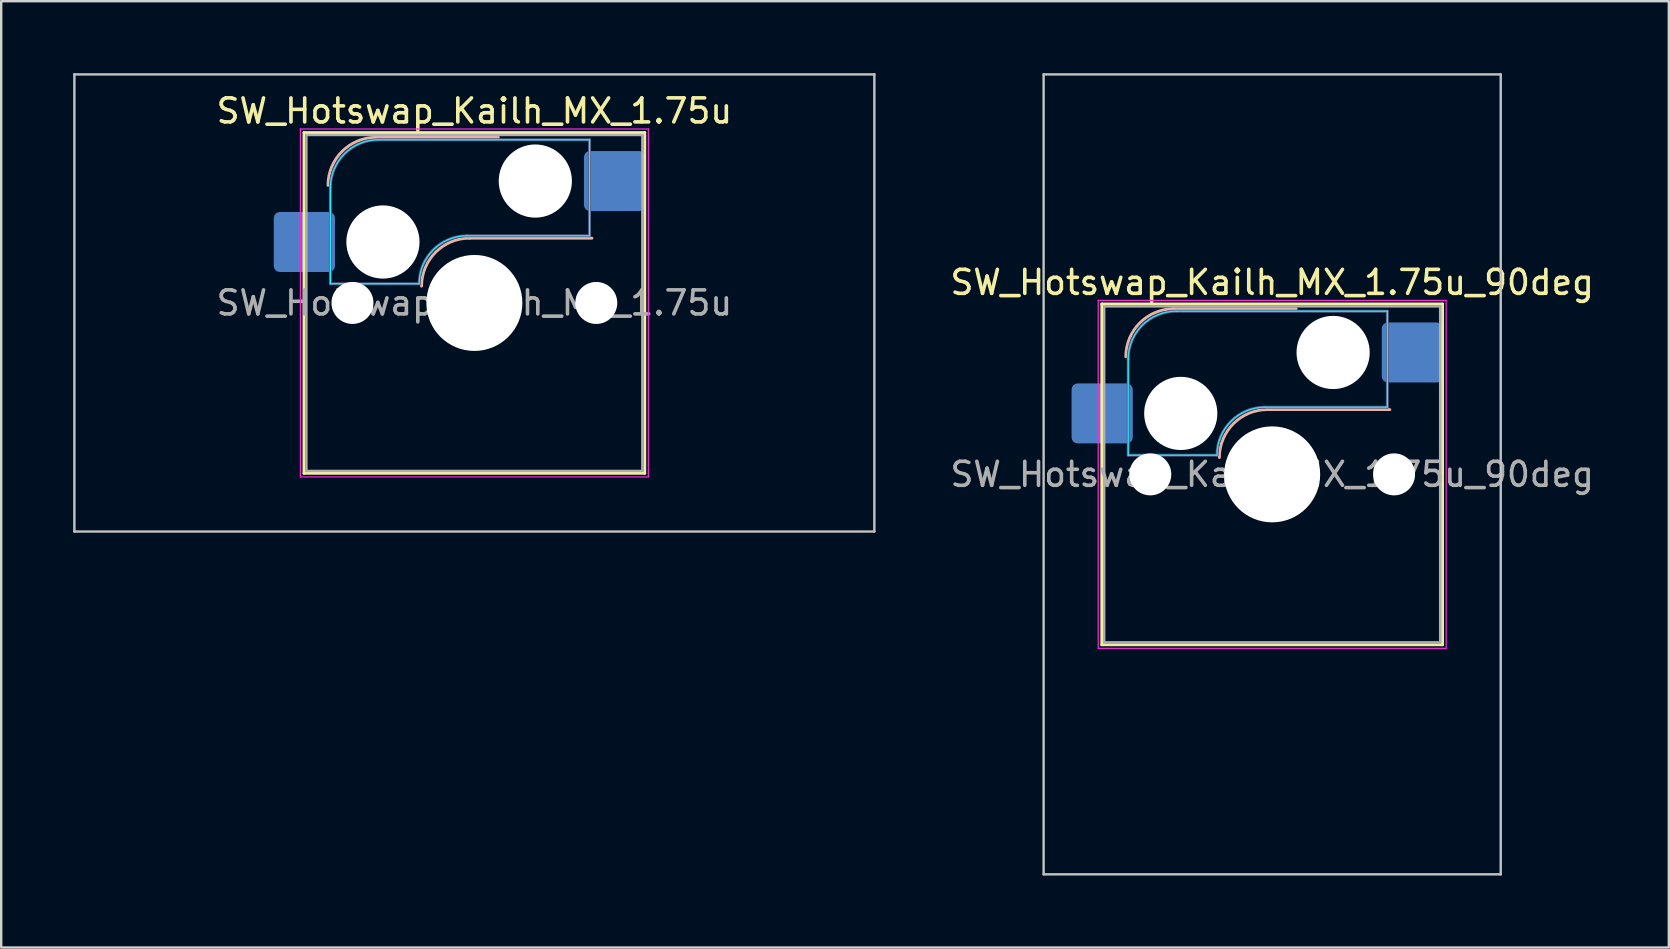
<source format=kicad_pcb>
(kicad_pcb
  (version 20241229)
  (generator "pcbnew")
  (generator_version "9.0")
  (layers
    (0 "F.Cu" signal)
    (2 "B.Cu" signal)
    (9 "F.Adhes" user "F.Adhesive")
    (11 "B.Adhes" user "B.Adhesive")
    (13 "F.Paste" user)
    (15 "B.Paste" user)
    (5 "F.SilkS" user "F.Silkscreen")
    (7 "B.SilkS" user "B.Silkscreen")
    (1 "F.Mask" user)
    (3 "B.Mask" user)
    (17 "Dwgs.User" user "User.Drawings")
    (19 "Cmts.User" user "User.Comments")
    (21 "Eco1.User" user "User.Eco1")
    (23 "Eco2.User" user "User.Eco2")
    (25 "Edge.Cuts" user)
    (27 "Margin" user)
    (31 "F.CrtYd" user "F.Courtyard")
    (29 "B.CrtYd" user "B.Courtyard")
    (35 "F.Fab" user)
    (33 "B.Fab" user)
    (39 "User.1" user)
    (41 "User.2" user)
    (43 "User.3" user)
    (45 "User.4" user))
  (footprint "SW_Hotswap_Kailh_MX_1.75u_90deg"
    (layer "F.Cu")
    (at 49.967 16.719)
    (property "Reference" "SW_Hotswap_Kailh_MX_1.75u_90deg" (at 0 -8 0) (layer "F.SilkS") (effects (font (size 1 1) (thickness 0.15))))
    (attr smd)
    (fp_line (start -7.1 -7.1) (end -7.1 7.1) (stroke (width 0.12) (type solid)) (layer "F.SilkS"))
    (fp_line (start -7.1 7.1) (end 7.1 7.1) (stroke (width 0.12) (type solid)) (layer "F.SilkS"))
    (fp_line (start 7.1 -7.1) (end -7.1 -7.1) (stroke (width 0.12) (type solid)) (layer "F.SilkS"))
    (fp_line (start 7.1 7.1) (end 7.1 -7.1) (stroke (width 0.12) (type solid)) (layer "F.SilkS"))
    (fp_line (start -4.1 -6.9) (end 1 -6.9) (stroke (width 0.12) (type solid)) (layer "B.SilkS"))
    (fp_line (start -0.2 -2.7) (end 4.9 -2.7) (stroke (width 0.12) (type solid)) (layer "B.SilkS"))
    (fp_arc (start -6.1 -4.9) (mid -5.514214 -6.314214) (end -4.1 -6.9) (stroke (width 0.12) (type solid)) (layer "B.SilkS"))
    (fp_arc (start -2.2 -0.7) (mid -1.614214 -2.114214) (end -0.2 -2.7) (stroke (width 0.12) (type solid)) (layer "B.SilkS"))
    (fp_line (start -9.525 -16.669) (end 9.525 -16.669) (stroke (width 0.1) (type solid)) (layer "Dwgs.User"))
    (fp_line (start -9.525 16.669) (end -9.525 -16.669) (stroke (width 0.1) (type solid)) (layer "Dwgs.User"))
    (fp_line (start 9.525 -16.669) (end 9.525 16.669) (stroke (width 0.1) (type solid)) (layer "Dwgs.User"))
    (fp_line (start 9.525 16.669) (end -9.525 16.669) (stroke (width 0.1) (type solid)) (layer "Dwgs.User"))
    (fp_line (start -7.8 -6) (end -7 -6) (stroke (width 0.1) (type solid)) (layer "Eco1.User"))
    (fp_line (start -7.8 -2.9) (end -7.8 -6) (stroke (width 0.1) (type solid)) (layer "Eco1.User"))
    (fp_line (start -7.8 2.9) (end -7 2.9) (stroke (width 0.1) (type solid)) (layer "Eco1.User"))
    (fp_line (start -7.8 6) (end -7.8 2.9) (stroke (width 0.1) (type solid)) (layer "Eco1.User"))
    (fp_line (start -7 -7) (end 7 -7) (stroke (width 0.1) (type solid)) (layer "Eco1.User"))
    (fp_line (start -7 -6) (end -7 -7) (stroke (width 0.1) (type solid)) (layer "Eco1.User"))
    (fp_line (start -7 -2.9) (end -7.8 -2.9) (stroke (width 0.1) (type solid)) (layer "Eco1.User"))
    (fp_line (start -7 2.9) (end -7 -2.9) (stroke (width 0.1) (type solid)) (layer "Eco1.User"))
    (fp_line (start -7 6) (end -7.8 6) (stroke (width 0.1) (type solid)) (layer "Eco1.User"))
    (fp_line (start -7 7) (end -7 6) (stroke (width 0.1) (type solid)) (layer "Eco1.User"))
    (fp_line (start 7 -7) (end 7 -6) (stroke (width 0.1) (type solid)) (layer "Eco1.User"))
    (fp_line (start 7 -6) (end 7.8 -6) (stroke (width 0.1) (type solid)) (layer "Eco1.User"))
    (fp_line (start 7 -2.9) (end 7 2.9) (stroke (width 0.1) (type solid)) (layer "Eco1.User"))
    (fp_line (start 7 2.9) (end 7.8 2.9) (stroke (width 0.1) (type solid)) (layer "Eco1.User"))
    (fp_line (start 7 6) (end 7 7) (stroke (width 0.1) (type solid)) (layer "Eco1.User"))
    (fp_line (start 7 7) (end -7 7) (stroke (width 0.1) (type solid)) (layer "Eco1.User"))
    (fp_line (start 7.8 -6) (end 7.8 -2.9) (stroke (width 0.1) (type solid)) (layer "Eco1.User"))
    (fp_line (start 7.8 -2.9) (end 7 -2.9) (stroke (width 0.1) (type solid)) (layer "Eco1.User"))
    (fp_line (start 7.8 2.9) (end 7.8 6) (stroke (width 0.1) (type solid)) (layer "Eco1.User"))
    (fp_line (start 7.8 6) (end 7 6) (stroke (width 0.1) (type solid)) (layer "Eco1.User"))
    (fp_line (start -6 -0.8) (end -6 -4.8) (stroke (width 0.05) (type solid)) (layer "B.CrtYd"))
    (fp_line (start -6 -0.8) (end -2.3 -0.8) (stroke (width 0.05) (type solid)) (layer "B.CrtYd"))
    (fp_line (start -4 -6.8) (end 4.8 -6.8) (stroke (width 0.05) (type solid)) (layer "B.CrtYd"))
    (fp_line (start -0.3 -2.8) (end 4.8 -2.8) (stroke (width 0.05) (type solid)) (layer "B.CrtYd"))
    (fp_line (start 4.8 -6.8) (end 4.8 -2.8) (stroke (width 0.05) (type solid)) (layer "B.CrtYd"))
    (fp_arc (start -6 -4.8) (mid -5.414214 -6.214214) (end -4 -6.8) (stroke (width 0.05) (type solid)) (layer "B.CrtYd"))
    (fp_arc (start -2.3 -0.8) (mid -1.714214 -2.214214) (end -0.3 -2.8) (stroke (width 0.05) (type solid)) (layer "B.CrtYd"))
    (fp_line (start -7.25 -7.25) (end -7.25 7.25) (stroke (width 0.05) (type solid)) (layer "F.CrtYd"))
    (fp_line (start -7.25 7.25) (end 7.25 7.25) (stroke (width 0.05) (type solid)) (layer "F.CrtYd"))
    (fp_line (start 7.25 -7.25) (end -7.25 -7.25) (stroke (width 0.05) (type solid)) (layer "F.CrtYd"))
    (fp_line (start 7.25 7.25) (end 7.25 -7.25) (stroke (width 0.05) (type solid)) (layer "F.CrtYd"))
    (fp_line (start -6 -0.8) (end -6 -4.8) (stroke (width 0.12) (type solid)) (layer "B.Fab"))
    (fp_line (start -6 -0.8) (end -2.3 -0.8) (stroke (width 0.12) (type solid)) (layer "B.Fab"))
    (fp_line (start -4 -6.8) (end 4.8 -6.8) (stroke (width 0.12) (type solid)) (layer "B.Fab"))
    (fp_line (start -0.3 -2.8) (end 4.8 -2.8) (stroke (width 0.12) (type solid)) (layer "B.Fab"))
    (fp_line (start 4.8 -6.8) (end 4.8 -2.8) (stroke (width 0.12) (type solid)) (layer "B.Fab"))
    (fp_arc (start -6 -4.8) (mid -5.414214 -6.214214) (end -4 -6.8) (stroke (width 0.12) (type solid)) (layer "B.Fab"))
    (fp_arc (start -2.3 -0.8) (mid -1.714214 -2.214214) (end -0.3 -2.8) (stroke (width 0.12) (type solid)) (layer "B.Fab"))
    (fp_line (start -7 -7) (end -7 7) (stroke (width 0.1) (type solid)) (layer "F.Fab"))
    (fp_line (start -7 7) (end 7 7) (stroke (width 0.1) (type solid)) (layer "F.Fab"))
    (fp_line (start 7 -7) (end -7 -7) (stroke (width 0.1) (type solid)) (layer "F.Fab"))
    (fp_line (start 7 7) (end 7 -7) (stroke (width 0.1) (type solid)) (layer "F.Fab"))
    (fp_text user "${REFERENCE}" (at 0 0 0) (layer "F.Fab") (effects (font (size 1 1) (thickness 0.15))))
    (pad "" np_thru_hole circle (at -5.08 0) (size 1.75 1.75) (drill 1.75) (layers "*.Cu" "*.Mask"))
    (pad "" np_thru_hole circle (at -3.81 -2.54) (size 3.05 3.05) (drill 3.05) (layers "*.Cu" "*.Mask"))
    (pad "" np_thru_hole circle (at 0 0) (size 4 4) (drill 4) (layers "*.Cu" "*.Mask"))
    (pad "" np_thru_hole circle (at 2.54 -5.08) (size 3.05 3.05) (drill 3.05) (layers "*.Cu" "*.Mask"))
    (pad "" np_thru_hole circle (at 5.08 0) (size 1.75 1.75) (drill 1.75) (layers "*.Cu" "*.Mask"))
    (pad "1" smd roundrect (at -7.085 -2.54) (size 2.55 2.5) (layers "B.Cu" "B.Mask" "B.Paste") (roundrect_rratio 0.1))
    (pad "2" smd roundrect (at 5.842 -5.08) (size 2.55 2.5) (layers "B.Cu" "B.Mask" "B.Paste") (roundrect_rratio 0.1)))
  (footprint "SW_Hotswap_Kailh_MX_1.75u"
    (layer "F.Cu")
    (at 16.719 9.575)
    (property "Reference" "SW_Hotswap_Kailh_MX_1.75u" (at 0 -8 0) (layer "F.SilkS") (effects (font (size 1 1) (thickness 0.15))))
    (attr smd)
    (fp_line (start -7.1 -7.1) (end -7.1 7.1) (stroke (width 0.12) (type solid)) (layer "F.SilkS"))
    (fp_line (start -7.1 7.1) (end 7.1 7.1) (stroke (width 0.12) (type solid)) (layer "F.SilkS"))
    (fp_line (start 7.1 -7.1) (end -7.1 -7.1) (stroke (width 0.12) (type solid)) (layer "F.SilkS"))
    (fp_line (start 7.1 7.1) (end 7.1 -7.1) (stroke (width 0.12) (type solid)) (layer "F.SilkS"))
    (fp_line (start -4.1 -6.9) (end 1 -6.9) (stroke (width 0.12) (type solid)) (layer "B.SilkS"))
    (fp_line (start -0.2 -2.7) (end 4.9 -2.7) (stroke (width 0.12) (type solid)) (layer "B.SilkS"))
    (fp_arc (start -6.1 -4.9) (mid -5.514214 -6.314214) (end -4.1 -6.9) (stroke (width 0.12) (type solid)) (layer "B.SilkS"))
    (fp_arc (start -2.2 -0.7) (mid -1.614214 -2.114214) (end -0.2 -2.7) (stroke (width 0.12) (type solid)) (layer "B.SilkS"))
    (fp_line (start -16.669 -9.525) (end -16.669 9.525) (stroke (width 0.1) (type solid)) (layer "Dwgs.User"))
    (fp_line (start -16.669 9.525) (end 16.669 9.525) (stroke (width 0.1) (type solid)) (layer "Dwgs.User"))
    (fp_line (start 16.669 -9.525) (end -16.669 -9.525) (stroke (width 0.1) (type solid)) (layer "Dwgs.User"))
    (fp_line (start 16.669 9.525) (end 16.669 -9.525) (stroke (width 0.1) (type solid)) (layer "Dwgs.User"))
    (fp_line (start -7.8 -6) (end -7 -6) (stroke (width 0.1) (type solid)) (layer "Eco1.User"))
    (fp_line (start -7.8 -2.9) (end -7.8 -6) (stroke (width 0.1) (type solid)) (layer "Eco1.User"))
    (fp_line (start -7.8 2.9) (end -7 2.9) (stroke (width 0.1) (type solid)) (layer "Eco1.User"))
    (fp_line (start -7.8 6) (end -7.8 2.9) (stroke (width 0.1) (type solid)) (layer "Eco1.User"))
    (fp_line (start -7 -7) (end 7 -7) (stroke (width 0.1) (type solid)) (layer "Eco1.User"))
    (fp_line (start -7 -6) (end -7 -7) (stroke (width 0.1) (type solid)) (layer "Eco1.User"))
    (fp_line (start -7 -2.9) (end -7.8 -2.9) (stroke (width 0.1) (type solid)) (layer "Eco1.User"))
    (fp_line (start -7 2.9) (end -7 -2.9) (stroke (width 0.1) (type solid)) (layer "Eco1.User"))
    (fp_line (start -7 6) (end -7.8 6) (stroke (width 0.1) (type solid)) (layer "Eco1.User"))
    (fp_line (start -7 7) (end -7 6) (stroke (width 0.1) (type solid)) (layer "Eco1.User"))
    (fp_line (start 7 -7) (end 7 -6) (stroke (width 0.1) (type solid)) (layer "Eco1.User"))
    (fp_line (start 7 -6) (end 7.8 -6) (stroke (width 0.1) (type solid)) (layer "Eco1.User"))
    (fp_line (start 7 -2.9) (end 7 2.9) (stroke (width 0.1) (type solid)) (layer "Eco1.User"))
    (fp_line (start 7 2.9) (end 7.8 2.9) (stroke (width 0.1) (type solid)) (layer "Eco1.User"))
    (fp_line (start 7 6) (end 7 7) (stroke (width 0.1) (type solid)) (layer "Eco1.User"))
    (fp_line (start 7 7) (end -7 7) (stroke (width 0.1) (type solid)) (layer "Eco1.User"))
    (fp_line (start 7.8 -6) (end 7.8 -2.9) (stroke (width 0.1) (type solid)) (layer "Eco1.User"))
    (fp_line (start 7.8 -2.9) (end 7 -2.9) (stroke (width 0.1) (type solid)) (layer "Eco1.User"))
    (fp_line (start 7.8 2.9) (end 7.8 6) (stroke (width 0.1) (type solid)) (layer "Eco1.User"))
    (fp_line (start 7.8 6) (end 7 6) (stroke (width 0.1) (type solid)) (layer "Eco1.User"))
    (fp_line (start -6 -0.8) (end -6 -4.8) (stroke (width 0.05) (type solid)) (layer "B.CrtYd"))
    (fp_line (start -6 -0.8) (end -2.3 -0.8) (stroke (width 0.05) (type solid)) (layer "B.CrtYd"))
    (fp_line (start -4 -6.8) (end 4.8 -6.8) (stroke (width 0.05) (type solid)) (layer "B.CrtYd"))
    (fp_line (start -0.3 -2.8) (end 4.8 -2.8) (stroke (width 0.05) (type solid)) (layer "B.CrtYd"))
    (fp_line (start 4.8 -6.8) (end 4.8 -2.8) (stroke (width 0.05) (type solid)) (layer "B.CrtYd"))
    (fp_arc (start -6 -4.8) (mid -5.414214 -6.214214) (end -4 -6.8) (stroke (width 0.05) (type solid)) (layer "B.CrtYd"))
    (fp_arc (start -2.3 -0.8) (mid -1.714214 -2.214214) (end -0.3 -2.8) (stroke (width 0.05) (type solid)) (layer "B.CrtYd"))
    (fp_line (start -7.25 -7.25) (end -7.25 7.25) (stroke (width 0.05) (type solid)) (layer "F.CrtYd"))
    (fp_line (start -7.25 7.25) (end 7.25 7.25) (stroke (width 0.05) (type solid)) (layer "F.CrtYd"))
    (fp_line (start 7.25 -7.25) (end -7.25 -7.25) (stroke (width 0.05) (type solid)) (layer "F.CrtYd"))
    (fp_line (start 7.25 7.25) (end 7.25 -7.25) (stroke (width 0.05) (type solid)) (layer "F.CrtYd"))
    (fp_line (start -6 -0.8) (end -6 -4.8) (stroke (width 0.12) (type solid)) (layer "B.Fab"))
    (fp_line (start -6 -0.8) (end -2.3 -0.8) (stroke (width 0.12) (type solid)) (layer "B.Fab"))
    (fp_line (start -4 -6.8) (end 4.8 -6.8) (stroke (width 0.12) (type solid)) (layer "B.Fab"))
    (fp_line (start -0.3 -2.8) (end 4.8 -2.8) (stroke (width 0.12) (type solid)) (layer "B.Fab"))
    (fp_line (start 4.8 -6.8) (end 4.8 -2.8) (stroke (width 0.12) (type solid)) (layer "B.Fab"))
    (fp_arc (start -6 -4.8) (mid -5.414214 -6.214214) (end -4 -6.8) (stroke (width 0.12) (type solid)) (layer "B.Fab"))
    (fp_arc (start -2.3 -0.8) (mid -1.714214 -2.214214) (end -0.3 -2.8) (stroke (width 0.12) (type solid)) (layer "B.Fab"))
    (fp_line (start -7 -7) (end -7 7) (stroke (width 0.1) (type solid)) (layer "F.Fab"))
    (fp_line (start -7 7) (end 7 7) (stroke (width 0.1) (type solid)) (layer "F.Fab"))
    (fp_line (start 7 -7) (end -7 -7) (stroke (width 0.1) (type solid)) (layer "F.Fab"))
    (fp_line (start 7 7) (end 7 -7) (stroke (width 0.1) (type solid)) (layer "F.Fab"))
    (fp_text user "${REFERENCE}" (at 0 0 0) (layer "F.Fab") (effects (font (size 1 1) (thickness 0.15))))
    (pad "" np_thru_hole circle (at -5.08 0) (size 1.75 1.75) (drill 1.75) (layers "*.Cu" "*.Mask"))
    (pad "" np_thru_hole circle (at -3.81 -2.54) (size 3.05 3.05) (drill 3.05) (layers "*.Cu" "*.Mask"))
    (pad "" np_thru_hole circle (at 0 0) (size 4 4) (drill 4) (layers "*.Cu" "*.Mask"))
    (pad "" np_thru_hole circle (at 2.54 -5.08) (size 3.05 3.05) (drill 3.05) (layers "*.Cu" "*.Mask"))
    (pad "" np_thru_hole circle (at 5.08 0) (size 1.75 1.75) (drill 1.75) (layers "*.Cu" "*.Mask"))
    (pad "1" smd roundrect (at -7.085 -2.54) (size 2.55 2.5) (layers "B.Cu" "B.Mask" "B.Paste") (roundrect_rratio 0.1))
    (pad "2" smd roundrect (at 5.842 -5.08) (size 2.55 2.5) (layers "B.Cu" "B.Mask" "B.Paste") (roundrect_rratio 0.1)))
  (gr_rect
    (start -3 -3)
    (end 66.497 36.438)
    (stroke (width 0.1) (type default))
    (fill no)
    (layer "Edge.Cuts")))
</source>
